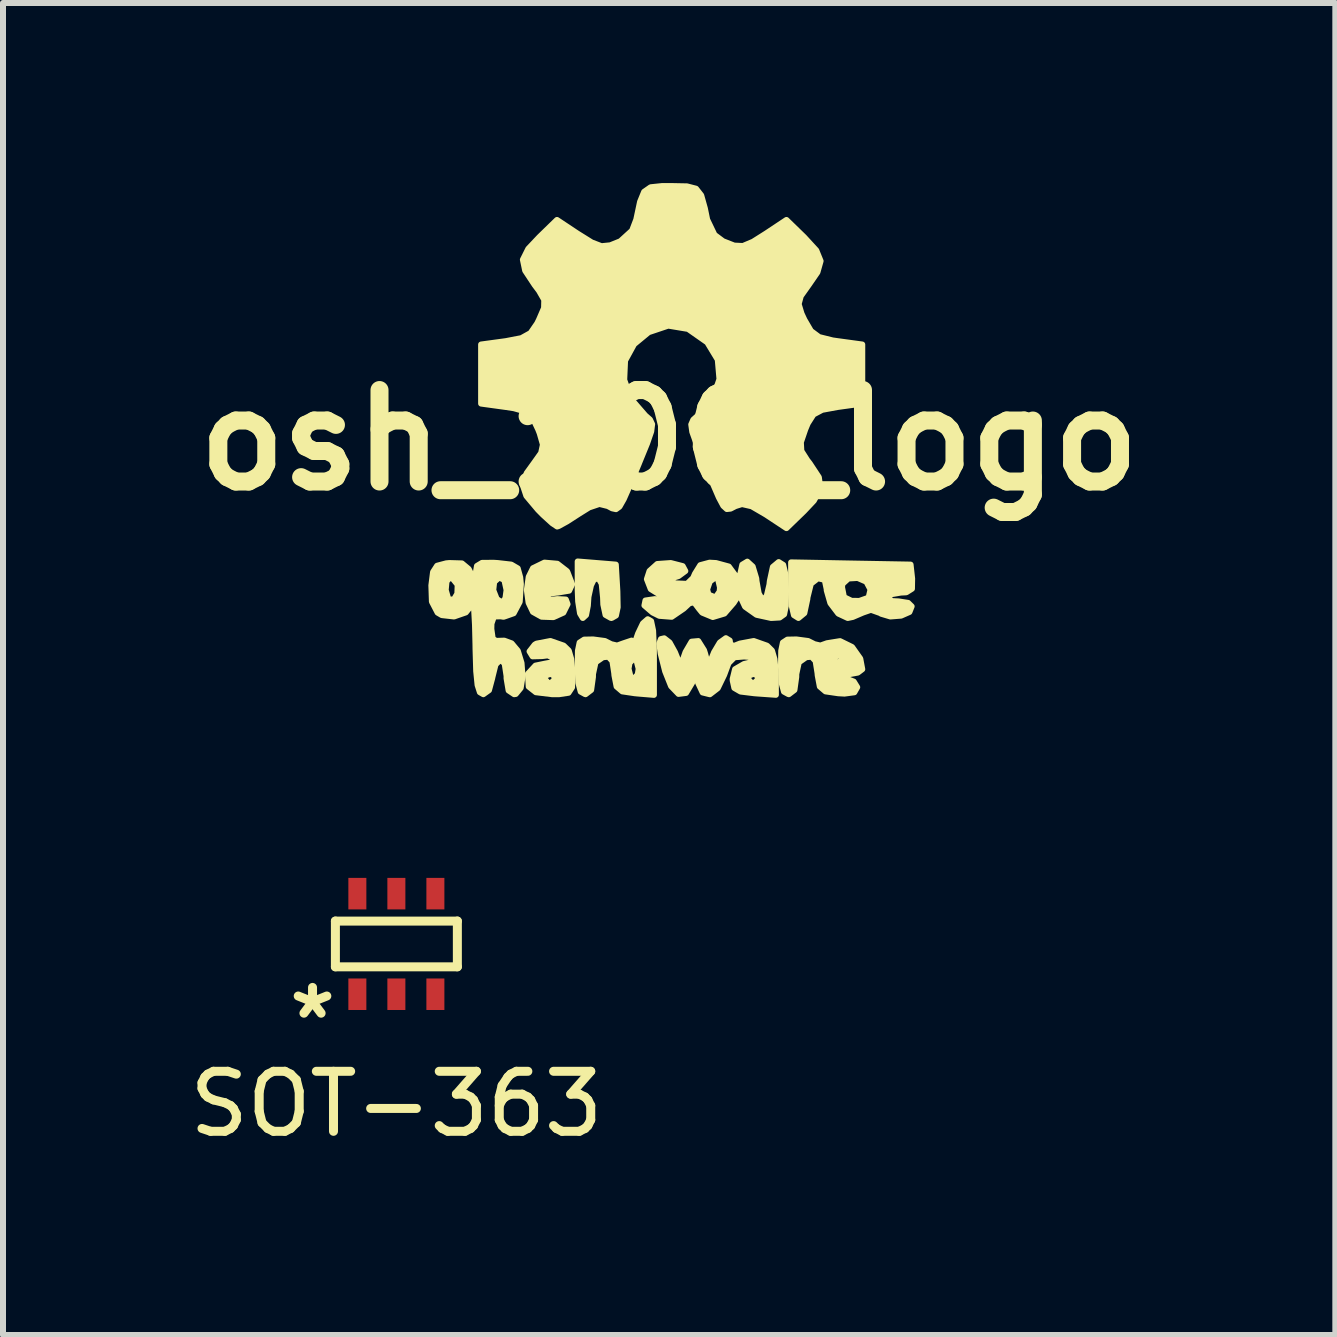
<source format=kicad_pcb>
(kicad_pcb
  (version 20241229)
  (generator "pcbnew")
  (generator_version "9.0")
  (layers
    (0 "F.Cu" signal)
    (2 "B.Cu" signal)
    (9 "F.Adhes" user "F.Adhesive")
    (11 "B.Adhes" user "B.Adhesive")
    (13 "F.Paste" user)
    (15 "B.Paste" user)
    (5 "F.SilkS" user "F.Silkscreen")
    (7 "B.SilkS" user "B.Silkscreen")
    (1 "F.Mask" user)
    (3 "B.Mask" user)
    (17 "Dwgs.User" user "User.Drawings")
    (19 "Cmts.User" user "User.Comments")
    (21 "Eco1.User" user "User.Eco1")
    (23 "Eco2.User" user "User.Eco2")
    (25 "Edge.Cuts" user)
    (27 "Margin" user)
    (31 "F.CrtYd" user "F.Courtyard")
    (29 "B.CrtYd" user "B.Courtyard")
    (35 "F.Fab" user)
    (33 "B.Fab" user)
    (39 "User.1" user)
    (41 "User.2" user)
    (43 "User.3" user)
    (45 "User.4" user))
  (footprint "osh_100_logo"
    (layer "F.Cu")
    (at 8.099 4.283)
    (property "Reference" "osh_100_logo" (at 0 0 0) (layer "F.SilkS") (effects (font (size 1.524 1.524) (thickness 0.3))))
    (attr through_hole)
    (fp_poly (pts (xy -0.858 2.786) (xy -0.887 2.922) (xy -0.959 2.963) (xy -0.969 2.963) (xy -1.06 2.912) (xy -1.097 2.739) (xy -1.101 2.625) (xy -1.124 2.394) (xy -1.182 2.29) (xy -1.259 2.33) (xy -1.303 2.42) (xy -1.345 2.611) (xy -1.355 2.759) (xy -1.385 2.914) (xy -1.439 2.963) (xy -1.485 2.887) (xy -1.516 2.689) (xy -1.524 2.493) (xy -1.524 2.022) (xy -1.206 2.048) (xy -0.889 2.074) (xy -0.863 2.519) (xy -0.858 2.786)) (stroke (width 0.1) (type solid)) (fill yes) (layer "F.SilkS"))
    (fp_poly (pts (xy -1.617 2.401) (xy -1.667 2.508) (xy -1.857 2.54) (xy -1.868 2.54) (xy -1.962 2.552) (xy -1.962 2.34) (xy -1.976 2.314) (xy -2.076 2.304) (xy -2.088 2.314) (xy -2.077 2.365) (xy -2.032 2.371) (xy -1.962 2.34) (xy -1.962 2.552) (xy -2.032 2.561) (xy -2.082 2.612) (xy -2.079 2.617) (xy -1.97 2.661) (xy -1.863 2.649) (xy -1.722 2.656) (xy -1.693 2.733) (xy -1.763 2.874) (xy -1.929 2.949) (xy -2.126 2.942) (xy -2.269 2.862) (xy -2.342 2.709) (xy -2.371 2.498) (xy -2.34 2.278) (xy -2.269 2.134) (xy -2.078 2.041) (xy -1.863 2.06) (xy -1.704 2.183) (xy -1.696 2.196) (xy -1.617 2.401)) (stroke (width 0.1) (type solid)) (fill yes) (layer "F.SilkS"))
    (fp_poly (pts (xy -1.61 3.916) (xy -1.618 4.119) (xy -1.677 4.209) (xy -1.835 4.233) (xy -1.905 4.233) (xy -1.905 3.979) (xy -1.925 3.908) (xy -1.99 3.895) (xy -2.081 3.934) (xy -2.074 3.979) (xy -2.002 4.06) (xy -1.99 4.064) (xy -1.922 4.005) (xy -1.905 3.979) (xy -1.905 4.233) (xy -1.95 4.233) (xy -2.221 4.2) (xy -2.34 4.106) (xy -2.353 3.894) (xy -2.227 3.757) (xy -2.072 3.725) (xy -1.924 3.698) (xy -1.907 3.637) (xy -2.022 3.586) (xy -2.117 3.598) (xy -2.276 3.602) (xy -2.326 3.52) (xy -2.24 3.409) (xy -2.21 3.391) (xy -1.979 3.347) (xy -1.758 3.424) (xy -1.673 3.507) (xy -1.632 3.647) (xy -1.611 3.873) (xy -1.61 3.916)) (stroke (width 0.1) (type solid)) (fill yes) (layer "F.SilkS"))
    (fp_poly (pts (xy -0.254 4.244) (xy -0.508 4.223) (xy -0.508 3.81) (xy -0.543 3.672) (xy -0.593 3.641) (xy -0.661 3.712) (xy -0.677 3.81) (xy -0.642 3.948) (xy -0.593 3.979) (xy -0.524 3.908) (xy -0.508 3.81) (xy -0.508 4.223) (xy -0.572 4.217) (xy -0.781 4.186) (xy -0.876 4.105) (xy -0.912 3.919) (xy -0.915 3.883) (xy -0.946 3.68) (xy -1.013 3.608) (xy -1.105 3.617) (xy -1.227 3.702) (xy -1.269 3.896) (xy -1.27 3.947) (xy -1.3 4.162) (xy -1.393 4.233) (xy -1.397 4.233) (xy -1.474 4.191) (xy -1.513 4.043) (xy -1.524 3.773) (xy -1.52 3.509) (xy -1.492 3.373) (xy -1.416 3.324) (xy -1.27 3.321) (xy -1.267 3.321) (xy -1.071 3.347) (xy -0.966 3.4) (xy -0.867 3.423) (xy -0.757 3.384) (xy -0.626 3.34) (xy -0.584 3.363) (xy -0.56 3.345) (xy -0.518 3.224) (xy -0.437 3.054) (xy -0.357 2.984) (xy -0.301 3.016) (xy -0.268 3.173) (xy -0.255 3.474) (xy -0.254 3.596) (xy -0.254 4.244)) (stroke (width 0.1) (type solid)) (fill yes) (layer "F.SilkS"))
    (fp_poly (pts (xy 3.217 3.817) (xy 3.143 3.873) (xy 2.963 3.906) (xy 2.942 3.907) (xy 2.879 3.911) (xy 2.879 3.641) (xy 2.85 3.558) (xy 2.841 3.556) (xy 2.769 3.615) (xy 2.752 3.641) (xy 2.758 3.719) (xy 2.789 3.725) (xy 2.875 3.664) (xy 2.879 3.641) (xy 2.879 3.911) (xy 2.769 3.918) (xy 2.758 3.931) (xy 2.9 3.955) (xy 3.075 4.023) (xy 3.133 4.117) (xy 3.085 4.201) (xy 2.921 4.223) (xy 2.815 4.217) (xy 2.605 4.186) (xy 2.51 4.105) (xy 2.475 3.919) (xy 2.472 3.883) (xy 2.44 3.68) (xy 2.373 3.608) (xy 2.281 3.617) (xy 2.16 3.702) (xy 2.118 3.896) (xy 2.117 3.947) (xy 2.087 4.162) (xy 1.994 4.233) (xy 1.99 4.233) (xy 1.913 4.191) (xy 1.873 4.043) (xy 1.863 3.773) (xy 1.867 3.509) (xy 1.895 3.373) (xy 1.97 3.324) (xy 2.117 3.321) (xy 2.12 3.321) (xy 2.315 3.347) (xy 2.421 3.4) (xy 2.52 3.423) (xy 2.63 3.384) (xy 2.847 3.349) (xy 3.047 3.447) (xy 3.184 3.641) (xy 3.217 3.817)) (stroke (width 0.1) (type solid)) (fill yes) (layer "F.SilkS"))
    (fp_poly (pts (xy 4.048 2.307) (xy 4.045 2.476) (xy 3.951 2.535) (xy 3.858 2.54) (xy 3.795 2.551) (xy 3.795 2.34) (xy 3.782 2.314) (xy 3.681 2.304) (xy 3.669 2.314) (xy 3.681 2.365) (xy 3.725 2.371) (xy 3.795 2.34) (xy 3.795 2.551) (xy 3.696 2.568) (xy 3.641 2.624) (xy 3.711 2.682) (xy 3.822 2.687) (xy 3.981 2.712) (xy 4.04 2.77) (xy 4.003 2.863) (xy 3.864 2.924) (xy 3.685 2.938) (xy 3.531 2.892) (xy 3.518 2.882) (xy 3.361 2.826) (xy 3.355 2.829) (xy 3.355 2.489) (xy 3.286 2.359) (xy 3.141 2.296) (xy 2.986 2.305) (xy 2.888 2.394) (xy 2.879 2.447) (xy 2.912 2.616) (xy 3.039 2.678) (xy 3.17 2.679) (xy 3.323 2.625) (xy 3.355 2.489) (xy 3.355 2.829) (xy 3.228 2.873) (xy 3.058 2.946) (xy 2.975 2.963) (xy 2.819 2.89) (xy 2.686 2.715) (xy 2.625 2.502) (xy 2.625 2.485) (xy 2.592 2.328) (xy 2.479 2.301) (xy 2.477 2.302) (xy 2.361 2.392) (xy 2.304 2.621) (xy 2.302 2.647) (xy 2.252 2.882) (xy 2.154 2.963) (xy 2.154 2.963) (xy 2.079 2.916) (xy 2.041 2.755) (xy 2.032 2.5) (xy 2.032 2.037) (xy 3.027 2.056) (xy 4.022 2.074) (xy 4.048 2.307)) (stroke (width 0.1) (type solid)) (fill yes) (layer "F.SilkS"))
    (fp_poly (pts (xy 1.778 4.243) (xy 1.482 4.222) (xy 1.482 3.979) (xy 1.462 3.908) (xy 1.397 3.895) (xy 1.306 3.934) (xy 1.312 3.979) (xy 1.385 4.06) (xy 1.397 4.064) (xy 1.464 4.005) (xy 1.482 3.979) (xy 1.482 4.222) (xy 1.418 4.217) (xy 1.19 4.189) (xy 1.086 4.129) (xy 1.059 4.006) (xy 1.058 3.98) (xy 1.098 3.817) (xy 1.246 3.731) (xy 1.312 3.715) (xy 1.488 3.668) (xy 1.501 3.635) (xy 1.347 3.612) (xy 1.247 3.605) (xy 1.086 3.618) (xy 0.989 3.715) (xy 0.916 3.912) (xy 0.809 4.133) (xy 0.678 4.234) (xy 0.557 4.204) (xy 0.482 4.043) (xy 0.445 3.852) (xy 0.382 4.043) (xy 0.281 4.212) (xy 0.156 4.228) (xy 0.032 4.099) (xy -0.067 3.851) (xy -0.141 3.556) (xy -0.164 3.388) (xy -0.137 3.315) (xy -0.083 3.302) (xy 0.007 3.372) (xy 0.097 3.535) (xy 0.19 3.768) (xy 0.273 3.531) (xy 0.374 3.358) (xy 0.485 3.348) (xy 0.581 3.501) (xy 0.6 3.562) (xy 0.654 3.768) (xy 0.748 3.535) (xy 0.845 3.372) (xy 0.945 3.3) (xy 1.009 3.339) (xy 1.016 3.39) (xy 1.068 3.434) (xy 1.179 3.39) (xy 1.409 3.347) (xy 1.63 3.425) (xy 1.713 3.507) (xy 1.754 3.647) (xy 1.776 3.873) (xy 1.777 3.921) (xy 1.778 4.243)) (stroke (width 0.1) (type solid)) (fill yes) (layer "F.SilkS"))
    (fp_poly (pts (xy 1.947 2.498) (xy 1.943 2.764) (xy 1.915 2.902) (xy 1.841 2.955) (xy 1.699 2.963) (xy 1.456 2.91) (xy 1.265 2.775) (xy 1.184 2.602) (xy 1.184 2.597) (xy 1.153 2.588) (xy 1.078 2.705) (xy 1.076 2.709) (xy 0.92 2.889) (xy 0.847 2.911) (xy 0.847 2.455) (xy 0.815 2.318) (xy 0.771 2.286) (xy 0.678 2.354) (xy 0.632 2.488) (xy 0.655 2.574) (xy 0.772 2.622) (xy 0.841 2.524) (xy 0.847 2.455) (xy 0.847 2.911) (xy 0.727 2.947) (xy 0.551 2.874) (xy 0.5 2.812) (xy 0.417 2.702) (xy 0.338 2.717) (xy 0.241 2.807) (xy 0.042 2.943) (xy -0.164 2.927) (xy -0.275 2.872) (xy -0.412 2.754) (xy -0.395 2.672) (xy -0.238 2.649) (xy -0.148 2.661) (xy 0.024 2.689) (xy 0.041 2.677) (xy -0.082 2.621) (xy -0.307 2.481) (xy -0.371 2.316) (xy -0.327 2.18) (xy -0.198 2.064) (xy 0.027 2.048) (xy 0.225 2.099) (xy 0.269 2.181) (xy 0.155 2.265) (xy 0.068 2.292) (xy -0.057 2.328) (xy -0.033 2.355) (xy 0.112 2.387) (xy 0.298 2.395) (xy 0.4 2.296) (xy 0.429 2.228) (xy 0.519 2.083) (xy 0.673 2.042) (xy 0.78 2.048) (xy 0.993 2.106) (xy 1.099 2.25) (xy 1.11 2.286) (xy 1.168 2.498) (xy 1.177 2.265) (xy 1.219 2.075) (xy 1.302 2.025) (xy 1.391 2.106) (xy 1.451 2.305) (xy 1.455 2.349) (xy 1.492 2.554) (xy 1.551 2.662) (xy 1.566 2.667) (xy 1.627 2.592) (xy 1.671 2.406) (xy 1.677 2.349) (xy 1.728 2.113) (xy 1.825 2.032) (xy 1.825 2.032) (xy 1.9 2.079) (xy 1.938 2.24) (xy 1.947 2.498)) (stroke (width 0.1) (type solid)) (fill yes) (layer "F.SilkS"))
    (fp_poly (pts (xy -2.443 3.939) (xy -2.474 4.129) (xy -2.556 4.229) (xy -2.582 4.233) (xy -2.675 4.171) (xy -2.709 3.969) (xy -2.709 3.93) (xy -2.741 3.72) (xy -2.813 3.658) (xy -2.893 3.739) (xy -2.947 3.957) (xy -2.948 3.965) (xy -3.002 4.166) (xy -3.096 4.233) (xy -3.154 4.2) (xy -3.192 4.081) (xy -3.215 3.85) (xy -3.226 3.481) (xy -3.227 3.408) (xy -3.235 3.077) (xy -3.248 2.84) (xy -3.264 2.724) (xy -3.276 2.73) (xy -3.388 2.87) (xy -3.524 2.917) (xy -3.524 2.421) (xy -3.531 2.4) (xy -3.615 2.296) (xy -3.65 2.286) (xy -3.71 2.353) (xy -3.723 2.498) (xy -3.684 2.634) (xy -3.668 2.654) (xy -3.588 2.658) (xy -3.529 2.559) (xy -3.524 2.421) (xy -3.524 2.917) (xy -3.584 2.938) (xy -3.788 2.915) (xy -3.858 2.874) (xy -3.953 2.691) (xy -3.962 2.42) (xy -3.934 2.198) (xy -3.866 2.093) (xy -3.715 2.053) (xy -3.661 2.048) (xy -3.453 2.054) (xy -3.34 2.148) (xy -3.307 2.217) (xy -3.228 2.413) (xy -3.223 2.218) (xy -3.202 2.096) (xy -3.117 2.045) (xy -2.922 2.044) (xy -2.857 2.048) (xy -2.631 2.074) (xy -2.523 2.137) (xy -2.482 2.285) (xy -2.471 2.398) (xy -2.49 2.694) (xy -2.591 2.884) (xy -2.709 2.926) (xy -2.709 2.498) (xy -2.746 2.33) (xy -2.833 2.287) (xy -2.916 2.363) (xy -2.931 2.499) (xy -2.874 2.645) (xy -2.785 2.709) (xy -2.728 2.637) (xy -2.709 2.498) (xy -2.709 2.926) (xy -2.759 2.943) (xy -2.809 2.935) (xy -2.92 2.939) (xy -2.961 3.058) (xy -2.963 3.146) (xy -2.94 3.308) (xy -2.882 3.347) (xy -2.88 3.345) (xy -2.748 3.341) (xy -2.626 3.386) (xy -2.522 3.51) (xy -2.46 3.713) (xy -2.443 3.939)) (stroke (width 0.1) (type solid)) (fill yes) (layer "F.SilkS"))
    (fp_poly (pts (xy 3.217 -0.609) (xy 2.804 -0.552) (xy 2.549 -0.505) (xy 2.404 -0.428) (xy 2.309 -0.279) (xy 2.267 -0.178) (xy 2.194 0.036) (xy 2.202 0.18) (xy 2.301 0.336) (xy 2.341 0.387) (xy 2.494 0.619) (xy 2.519 0.81) (xy 2.41 1.009) (xy 2.247 1.182) (xy 1.954 1.466) (xy 1.61 1.239) (xy 1.375 1.102) (xy 1.213 1.065) (xy 1.104 1.099) (xy 1.023 1.141) (xy 0.961 1.148) (xy 0.902 1.094) (xy 0.828 0.955) (xy 0.72 0.705) (xy 0.59 0.391) (xy 0.458 0.067) (xy 0.385 -0.138) (xy 0.368 -0.261) (xy 0.402 -0.339) (xy 0.481 -0.41) (xy 0.485 -0.413) (xy 0.728 -0.693) (xy 0.838 -1.016) (xy 0.81 -1.34) (xy 0.638 -1.624) (xy 0.632 -1.631) (xy 0.315 -1.853) (xy -0.016 -1.908) (xy -0.343 -1.798) (xy -0.585 -1.598) (xy -0.735 -1.324) (xy -0.749 -1.004) (xy -0.636 -0.685) (xy -0.401 -0.414) (xy -0.401 -0.413) (xy -0.32 -0.342) (xy -0.284 -0.265) (xy -0.299 -0.145) (xy -0.368 0.055) (xy -0.498 0.373) (xy -0.505 0.391) (xy -0.655 0.753) (xy -0.757 0.983) (xy -0.828 1.108) (xy -0.886 1.15) (xy -0.95 1.136) (xy -1.021 1.098) (xy -1.162 1.063) (xy -1.334 1.121) (xy -1.501 1.225) (xy -1.701 1.354) (xy -1.839 1.43) (xy -1.866 1.439) (xy -1.948 1.384) (xy -2.102 1.244) (xy -2.185 1.16) (xy -2.379 0.929) (xy -2.441 0.742) (xy -2.373 0.549) (xy -2.256 0.387) (xy -2.133 0.214) (xy -2.103 0.075) (xy -2.157 -0.114) (xy -2.182 -0.178) (xy -2.274 -0.372) (xy -2.389 -0.476) (xy -2.588 -0.532) (xy -2.72 -0.552) (xy -3.133 -0.609) (xy -3.133 -1.101) (xy -3.133 -1.593) (xy -2.722 -1.649) (xy -2.462 -1.699) (xy -2.309 -1.784) (xy -2.199 -1.944) (xy -2.169 -2.005) (xy -2.084 -2.202) (xy -2.081 -2.337) (xy -2.168 -2.489) (xy -2.241 -2.586) (xy -2.399 -2.825) (xy -2.437 -3.007) (xy -2.347 -3.187) (xy -2.162 -3.383) (xy -1.869 -3.668) (xy -1.529 -3.442) (xy -1.29 -3.293) (xy -1.128 -3.231) (xy -0.98 -3.246) (xy -0.812 -3.314) (xy -0.618 -3.491) (xy -0.548 -3.674) (xy -0.485 -3.97) (xy -0.417 -4.137) (xy -0.308 -4.213) (xy -0.117 -4.233) (xy 0.042 -4.233) (xy 0.296 -4.228) (xy 0.447 -4.189) (xy 0.534 -4.078) (xy 0.595 -3.86) (xy 0.633 -3.674) (xy 0.755 -3.42) (xy 0.897 -3.314) (xy 1.083 -3.241) (xy 1.229 -3.234) (xy 1.397 -3.305) (xy 1.614 -3.442) (xy 1.954 -3.668) (xy 2.247 -3.383) (xy 2.451 -3.161) (xy 2.523 -2.984) (xy 2.47 -2.797) (xy 2.325 -2.586) (xy 2.193 -2.4) (xy 2.157 -2.267) (xy 2.205 -2.108) (xy 2.253 -2.005) (xy 2.362 -1.818) (xy 2.498 -1.717) (xy 2.723 -1.661) (xy 2.807 -1.649) (xy 3.217 -1.593) (xy 3.217 -1.101) (xy 3.217 -0.609)) (stroke (width 0.1) (type solid)) (fill yes) (layer "F.SilkS")))
  (footprint "SOT-363"
    (layer "F.Cu")
    (at 3.554 12.677)
    (property "Reference" "SOT-363" (at 0 2.667 0) (layer "F.SilkS") (effects (font (size 1 1) (thickness 0.15))))
    (attr through_hole)
    (fp_line (start -1.016 -0.381) (end 1.016 -0.381) (stroke (width 0.15) (type solid)) (layer "F.SilkS"))
    (fp_line (start -1.016 0.381) (end -1.016 -0.381) (stroke (width 0.15) (type solid)) (layer "F.SilkS"))
    (fp_line (start 1.016 -0.381) (end 1.016 0.381) (stroke (width 0.15) (type solid)) (layer "F.SilkS"))
    (fp_line (start 1.016 0.381) (end -1.016 0.381) (stroke (width 0.15) (type solid)) (layer "F.SilkS"))
    (fp_text user "*" (at -1.397 1.27 0) (layer "F.SilkS") (effects (font (size 1 1) (thickness 0.15))))
    (pad "1" smd rect (at -0.65 0.838) (size 0.3 0.525) (layers "F.Cu" "F.Mask" "F.Paste"))
    (pad "2" smd rect (at 0 0.838) (size 0.3 0.525) (layers "F.Cu" "F.Mask" "F.Paste"))
    (pad "3" smd rect (at 0.65 0.838) (size 0.3 0.525) (layers "F.Cu" "F.Mask" "F.Paste"))
    (pad "4" smd rect (at 0.65 -0.838) (size 0.3 0.525) (layers "F.Cu" "F.Mask" "F.Paste"))
    (pad "5" smd rect (at 0 -0.838) (size 0.3 0.525) (layers "F.Cu" "F.Mask" "F.Paste"))
    (pad "6" smd rect (at -0.65 -0.838) (size 0.3 0.525) (layers "F.Cu" "F.Mask" "F.Paste")))
  (gr_rect
    (start -3 -3)
    (end 19.198 19.192)
    (stroke (width 0.1) (type default))
    (fill no)
    (layer "Edge.Cuts")))
</source>
